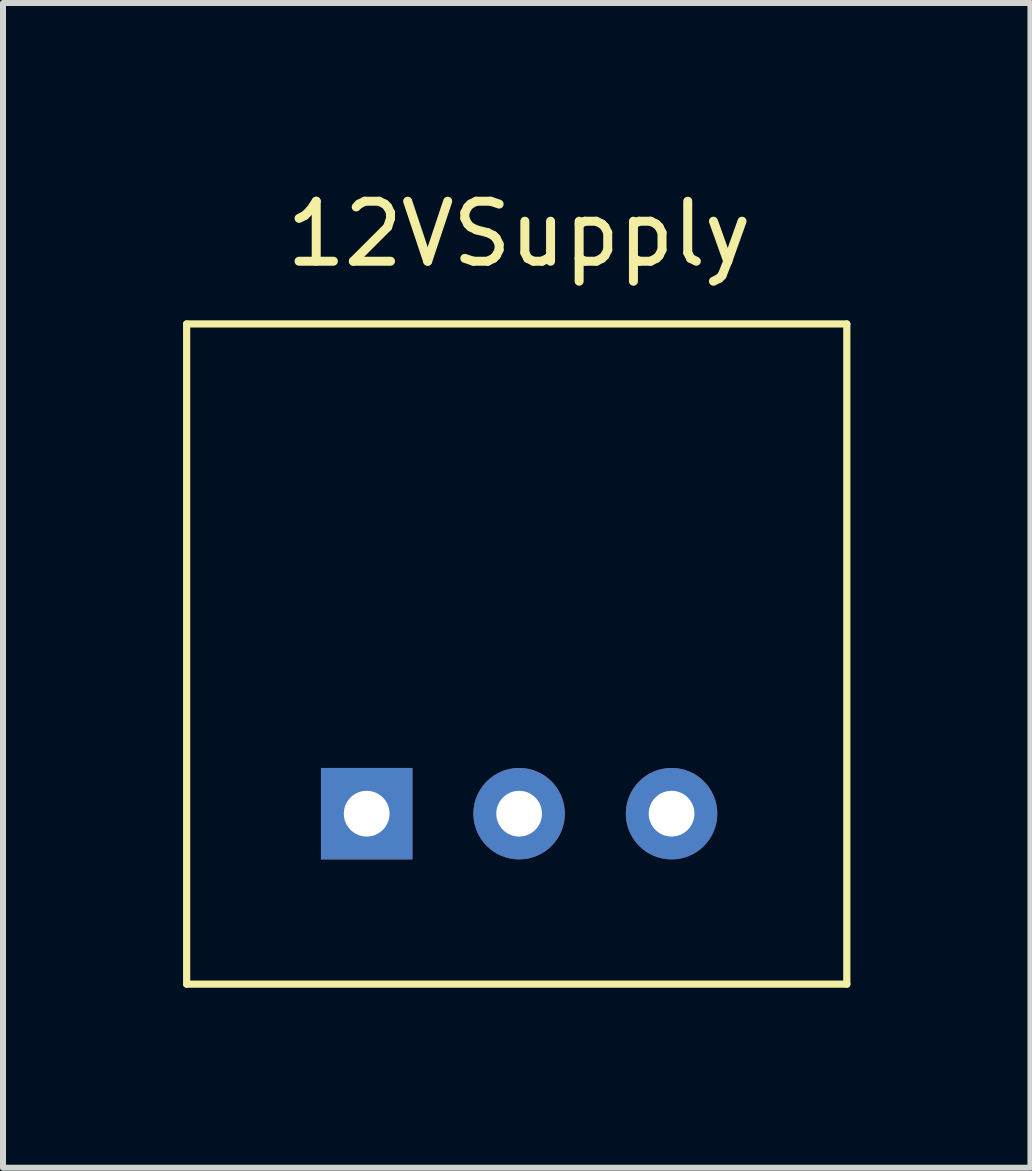
<source format=kicad_pcb>
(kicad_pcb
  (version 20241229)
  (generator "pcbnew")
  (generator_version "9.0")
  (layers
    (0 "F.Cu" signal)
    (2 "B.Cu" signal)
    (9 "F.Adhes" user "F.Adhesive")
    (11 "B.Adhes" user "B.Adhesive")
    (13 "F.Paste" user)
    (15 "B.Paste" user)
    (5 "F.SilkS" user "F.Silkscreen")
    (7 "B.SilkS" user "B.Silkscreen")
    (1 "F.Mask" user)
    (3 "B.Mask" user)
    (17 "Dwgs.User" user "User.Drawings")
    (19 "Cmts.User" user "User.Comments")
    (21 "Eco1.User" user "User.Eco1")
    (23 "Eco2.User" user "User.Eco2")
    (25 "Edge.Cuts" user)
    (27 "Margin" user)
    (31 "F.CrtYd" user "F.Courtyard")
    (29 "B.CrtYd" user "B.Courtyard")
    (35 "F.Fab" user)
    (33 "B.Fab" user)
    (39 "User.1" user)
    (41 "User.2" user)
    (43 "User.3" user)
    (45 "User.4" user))
  (footprint "12VSupply"
    (layer "F.Cu")
    (at 5.6 0.348)
    (property "Reference" "12VSupply" (at 0 0.5 0) (layer "F.SilkS") (effects (font (size 1 1) (thickness 0.15))))
    (attr through_hole)
    (fp_line (start -5.54 2) (end 5.46 2) (stroke (width 0.12) (type solid)) (layer "F.SilkS"))
    (fp_line (start -5.54 13) (end -5.54 2) (stroke (width 0.12) (type solid)) (layer "F.SilkS"))
    (fp_line (start 5.46 2) (end 5.46 13) (stroke (width 0.12) (type solid)) (layer "F.SilkS"))
    (fp_line (start 5.46 13) (end -5.54 13) (stroke (width 0.12) (type solid)) (layer "F.SilkS"))
    (pad "1" thru_hole rect (at -2.54 10.16) (size 1.524 1.524) (drill 0.762) (layers "*.Cu" "*.Mask"))
    (pad "2" thru_hole circle (at 0 10.16) (size 1.524 1.524) (drill 0.762) (layers "*.Cu" "*.Mask"))
    (pad "3" thru_hole circle (at 2.54 10.16) (size 1.524 1.524) (drill 0.762) (layers "*.Cu" "*.Mask")))
  (gr_rect
    (start -3 -3)
    (end 14.12 16.408)
    (stroke (width 0.1) (type default))
    (fill no)
    (layer "Edge.Cuts")))
</source>
